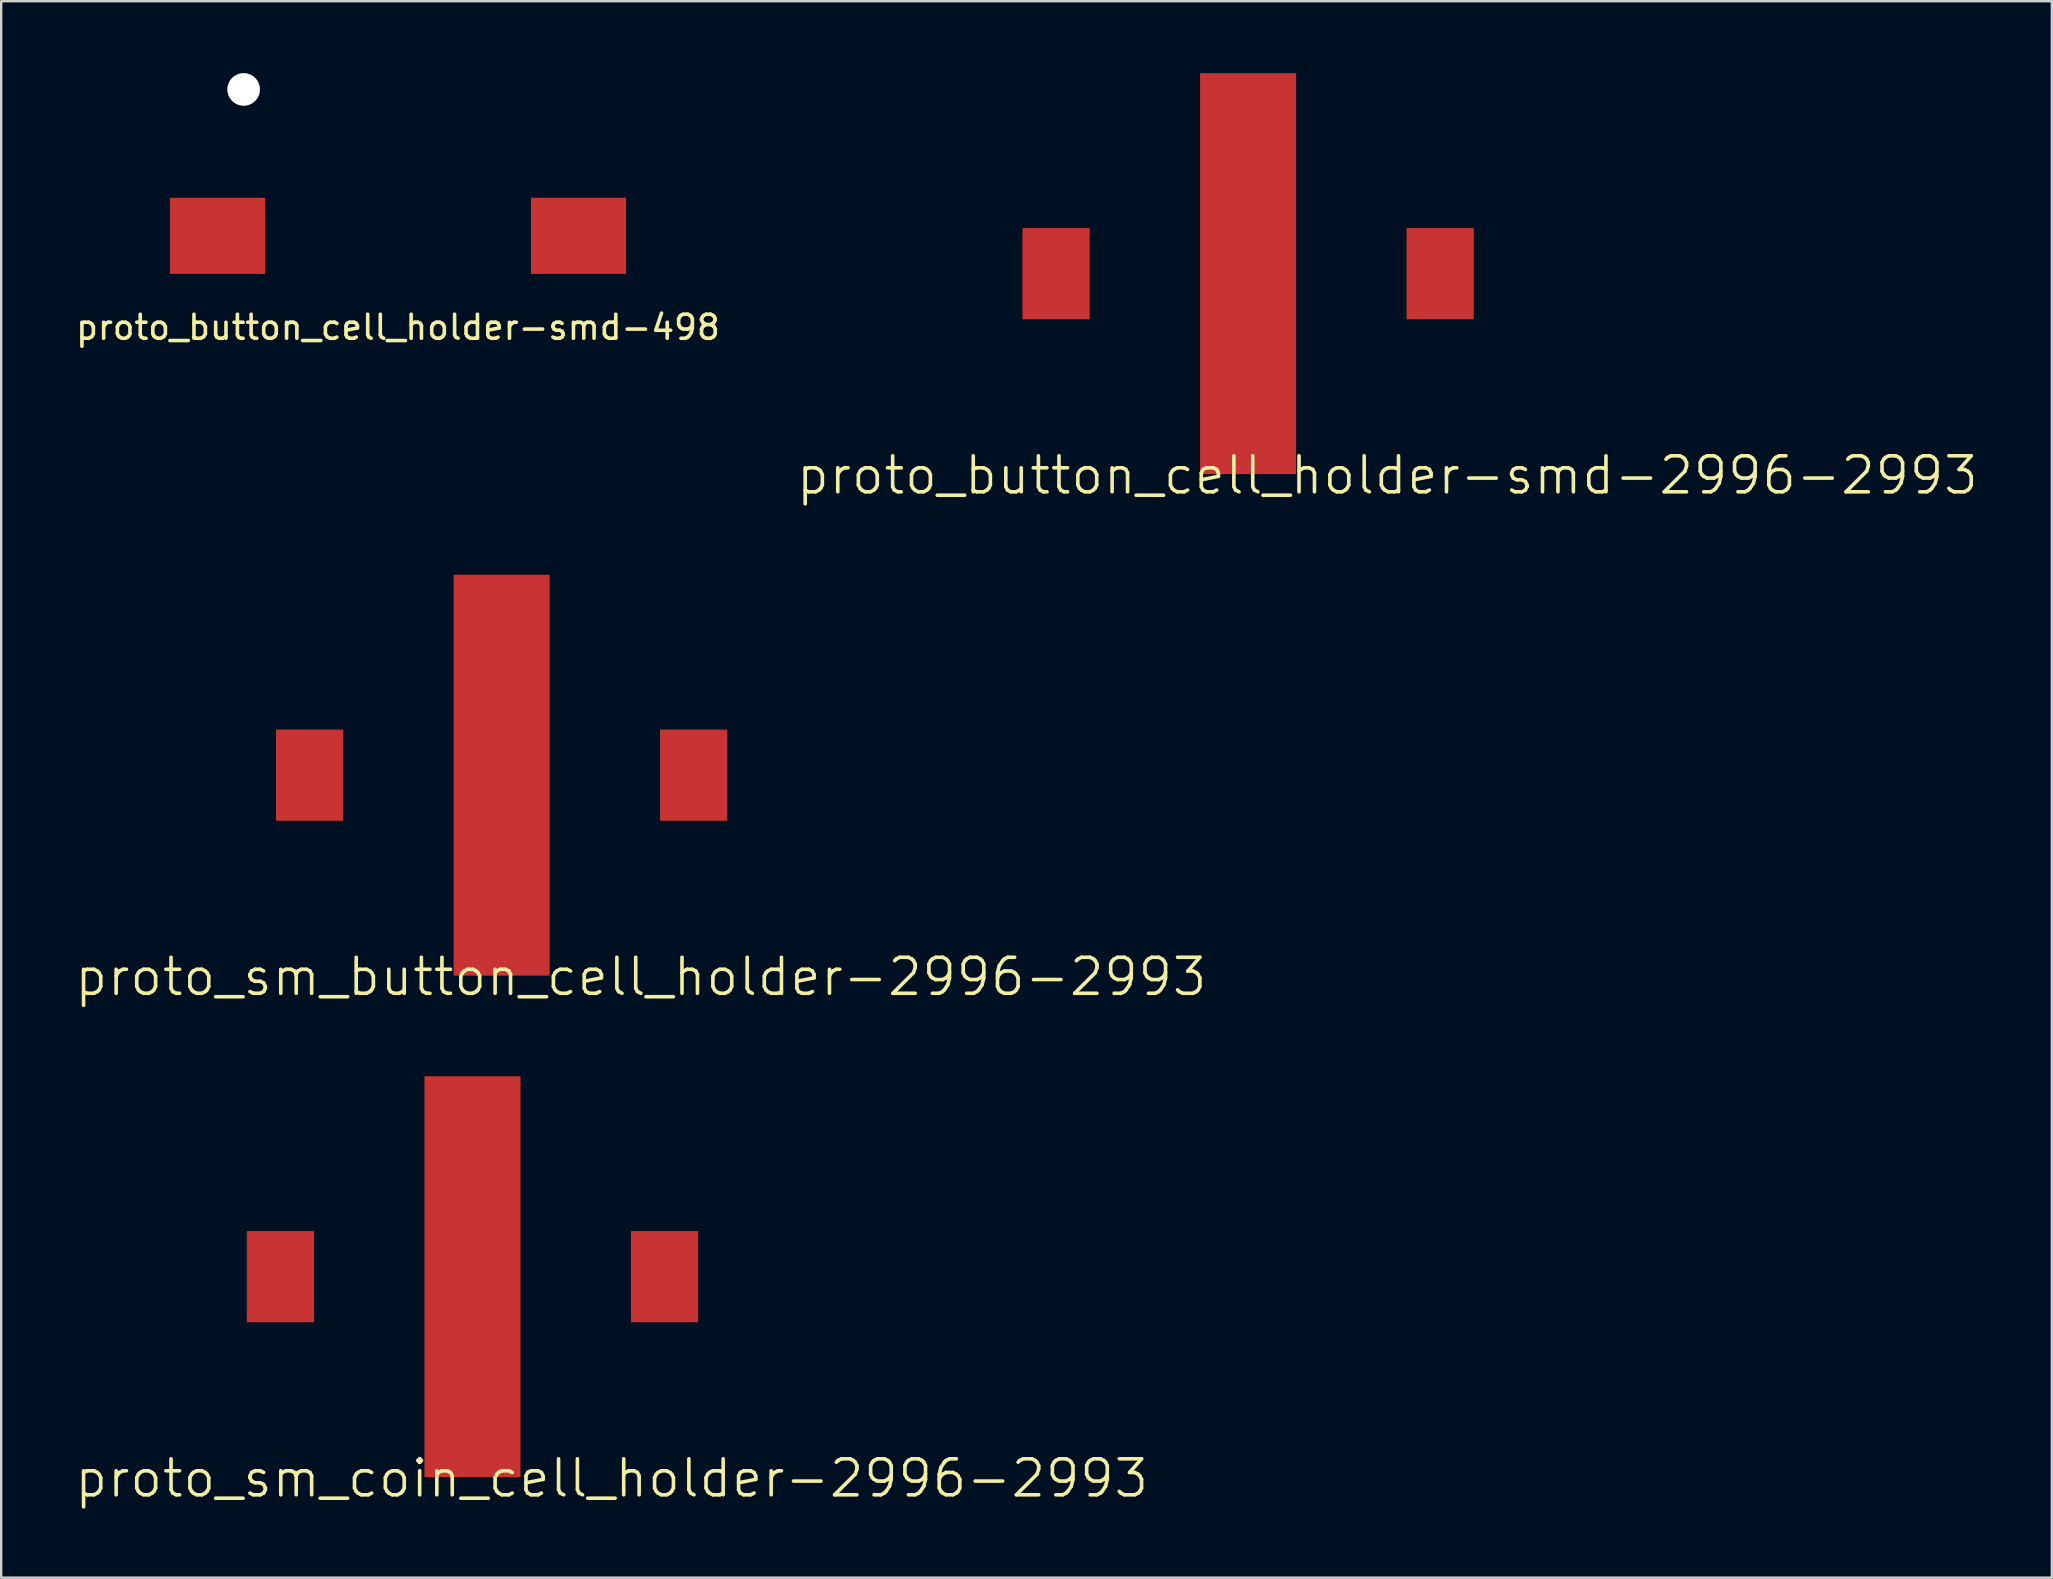
<source format=kicad_pcb>
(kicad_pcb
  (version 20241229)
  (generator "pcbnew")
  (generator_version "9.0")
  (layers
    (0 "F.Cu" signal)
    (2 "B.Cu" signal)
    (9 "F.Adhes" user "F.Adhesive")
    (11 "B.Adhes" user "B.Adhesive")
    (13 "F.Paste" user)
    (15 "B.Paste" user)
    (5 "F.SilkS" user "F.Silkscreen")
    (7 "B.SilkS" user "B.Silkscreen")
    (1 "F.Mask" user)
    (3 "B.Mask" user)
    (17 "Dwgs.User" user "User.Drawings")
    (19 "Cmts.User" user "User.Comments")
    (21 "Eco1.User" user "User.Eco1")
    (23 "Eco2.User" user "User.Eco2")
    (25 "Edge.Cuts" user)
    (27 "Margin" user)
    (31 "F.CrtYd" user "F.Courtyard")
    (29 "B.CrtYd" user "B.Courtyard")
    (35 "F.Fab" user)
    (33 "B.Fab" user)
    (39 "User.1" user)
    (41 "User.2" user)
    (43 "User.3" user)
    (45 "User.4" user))
  (footprint "proto_sm_coin_cell_holder-2996-2993"
    (layer "F.Cu")
    (at 16.632 50.132)
    (property "Reference" "proto_sm_coin_cell_holder-2996-2993" (at 5.8 8.4 0) (layer "F.SilkS") (effects (font (size 1.5 1.5) (thickness 0.15))))
    (attr through_hole)
    (fp_line (start -8.91 -1.59) (end -8.91 1.6) (stroke (width 0.15) (type solid)) (layer "Eco1.User"))
    (fp_line (start -8.91 1.6) (end -6.61 1.6) (stroke (width 0.15) (type solid)) (layer "Eco1.User"))
    (fp_line (start -6.61 -5.4) (end -6.61 -1.59) (stroke (width 0.15) (type solid)) (layer "Eco1.User"))
    (fp_line (start -6.61 -1.59) (end -8.91 -1.59) (stroke (width 0.15) (type solid)) (layer "Eco1.User"))
    (fp_line (start -6.61 1.6) (end -6.61 3.79) (stroke (width 0.15) (type solid)) (layer "Eco1.User"))
    (fp_line (start -6.61 3.79) (end -3.56 6.71) (stroke (width 0.15) (type solid)) (layer "Eco1.User"))
    (fp_line (start -4.58 -7.97) (end 0.01 -7.94) (stroke (width 0.1) (type solid)) (layer "Eco1.User"))
    (fp_line (start -4.58 6.14) (end -4.58 -7.97) (stroke (width 0.1) (type solid)) (layer "Eco1.User"))
    (fp_line (start -3.56 6.71) (end 0.01 6.71) (stroke (width 0.15) (type solid)) (layer "Eco1.User"))
    (fp_line (start -1.42 6.14) (end -4.58 6.14) (stroke (width 0.1) (type solid)) (layer "Eco1.User"))
    (fp_line (start -1.42 7.95) (end -1.42 6.14) (stroke (width 0.1) (type solid)) (layer "Eco1.User"))
    (fp_line (start 0 -7.95) (end 4.55 -7.94) (stroke (width 0.1) (type solid)) (layer "Eco1.User"))
    (fp_line (start 0.01 -7.94) (end 0 -7.94) (stroke (width 0.1) (type solid)) (layer "Eco1.User"))
    (fp_line (start 0.01 6.71) (end 3.55 6.71) (stroke (width 0.15) (type solid)) (layer "Eco1.User"))
    (fp_line (start 1.39 6.16) (end 1.39 7.95) (stroke (width 0.1) (type solid)) (layer "Eco1.User"))
    (fp_line (start 1.39 7.95) (end -1.42 7.95) (stroke (width 0.1) (type solid)) (layer "Eco1.User"))
    (fp_line (start 3.55 6.71) (end 6.6 3.79) (stroke (width 0.15) (type solid)) (layer "Eco1.User"))
    (fp_line (start 4.55 -7.94) (end 4.55 6.16) (stroke (width 0.1) (type solid)) (layer "Eco1.User"))
    (fp_line (start 4.55 6.16) (end 1.39 6.16) (stroke (width 0.1) (type solid)) (layer "Eco1.User"))
    (fp_line (start 6.6 -5.4) (end -6.61 -5.4) (stroke (width 0.15) (type solid)) (layer "Eco1.User"))
    (fp_line (start 6.6 -1.59) (end 6.6 -5.4) (stroke (width 0.15) (type solid)) (layer "Eco1.User"))
    (fp_line (start 6.6 1.6) (end 8.9 1.6) (stroke (width 0.15) (type solid)) (layer "Eco1.User"))
    (fp_line (start 6.6 3.79) (end 6.6 1.6) (stroke (width 0.15) (type solid)) (layer "Eco1.User"))
    (fp_line (start 8.9 -1.59) (end 6.6 -1.59) (stroke (width 0.15) (type solid)) (layer "Eco1.User"))
    (fp_line (start 8.9 1.6) (end 8.9 -1.59) (stroke (width 0.15) (type solid)) (layer "Eco1.User"))
    (pad "1" smd rect (at -8 0) (size 2.8 3.8) (layers "F.Cu" "F.Mask" "F.Paste"))
    (pad "2" smd rect (at 8 0) (size 2.8 3.8) (layers "F.Cu" "F.Mask" "F.Paste"))
    (pad "3" smd rect (at 0 0) (size 4 16.7) (layers "F.Cu" "F.Mask" "F.Paste")))
  (footprint "proto_button_cell_holder-smd-2996-2993"
    (layer "F.Cu")
    (at 48.942 8.35)
    (property "Reference" "proto_button_cell_holder-smd-2996-2993" (at 5.8 8.4 0) (layer "F.SilkS") (effects (font (size 1.5 1.5) (thickness 0.15))))
    (attr through_hole)
    (fp_line (start -8.91 -1.59) (end -8.91 1.6) (stroke (width 0.15) (type solid)) (layer "Eco1.User"))
    (fp_line (start -8.91 1.6) (end -6.61 1.6) (stroke (width 0.15) (type solid)) (layer "Eco1.User"))
    (fp_line (start -6.61 -5.4) (end -6.61 -1.59) (stroke (width 0.15) (type solid)) (layer "Eco1.User"))
    (fp_line (start -6.61 -1.59) (end -8.91 -1.59) (stroke (width 0.15) (type solid)) (layer "Eco1.User"))
    (fp_line (start -6.61 1.6) (end -6.61 3.79) (stroke (width 0.15) (type solid)) (layer "Eco1.User"))
    (fp_line (start -6.61 3.79) (end -3.56 6.71) (stroke (width 0.15) (type solid)) (layer "Eco1.User"))
    (fp_line (start -4.58 -7.97) (end 0.01 -7.94) (stroke (width 0.1) (type solid)) (layer "Eco1.User"))
    (fp_line (start -4.58 6.14) (end -4.58 -7.97) (stroke (width 0.1) (type solid)) (layer "Eco1.User"))
    (fp_line (start -3.56 6.71) (end 0.01 6.71) (stroke (width 0.15) (type solid)) (layer "Eco1.User"))
    (fp_line (start -1.42 6.14) (end -4.58 6.14) (stroke (width 0.1) (type solid)) (layer "Eco1.User"))
    (fp_line (start -1.42 7.95) (end -1.42 6.14) (stroke (width 0.1) (type solid)) (layer "Eco1.User"))
    (fp_line (start 0 -7.95) (end 4.55 -7.94) (stroke (width 0.1) (type solid)) (layer "Eco1.User"))
    (fp_line (start 0.01 -7.94) (end 0 -7.94) (stroke (width 0.1) (type solid)) (layer "Eco1.User"))
    (fp_line (start 0.01 6.71) (end 3.55 6.71) (stroke (width 0.15) (type solid)) (layer "Eco1.User"))
    (fp_line (start 1.39 6.16) (end 1.39 7.95) (stroke (width 0.1) (type solid)) (layer "Eco1.User"))
    (fp_line (start 1.39 7.95) (end -1.42 7.95) (stroke (width 0.1) (type solid)) (layer "Eco1.User"))
    (fp_line (start 3.55 6.71) (end 6.6 3.79) (stroke (width 0.15) (type solid)) (layer "Eco1.User"))
    (fp_line (start 4.55 -7.94) (end 4.55 6.16) (stroke (width 0.1) (type solid)) (layer "Eco1.User"))
    (fp_line (start 4.55 6.16) (end 1.39 6.16) (stroke (width 0.1) (type solid)) (layer "Eco1.User"))
    (fp_line (start 6.6 -5.4) (end -6.61 -5.4) (stroke (width 0.15) (type solid)) (layer "Eco1.User"))
    (fp_line (start 6.6 -1.59) (end 6.6 -5.4) (stroke (width 0.15) (type solid)) (layer "Eco1.User"))
    (fp_line (start 6.6 1.6) (end 8.9 1.6) (stroke (width 0.15) (type solid)) (layer "Eco1.User"))
    (fp_line (start 6.6 3.79) (end 6.6 1.6) (stroke (width 0.15) (type solid)) (layer "Eco1.User"))
    (fp_line (start 8.9 -1.59) (end 6.6 -1.59) (stroke (width 0.15) (type solid)) (layer "Eco1.User"))
    (fp_line (start 8.9 1.6) (end 8.9 -1.59) (stroke (width 0.15) (type solid)) (layer "Eco1.User"))
    (pad "1" smd rect (at -8 0) (size 2.8 3.8) (layers "F.Cu" "F.Mask" "F.Paste"))
    (pad "2" smd rect (at 8 0) (size 2.8 3.8) (layers "F.Cu" "F.Mask" "F.Paste"))
    (pad "3" smd rect (at 0 0) (size 4 16.7) (layers "F.Cu" "F.Mask" "F.Paste")))
  (footprint "proto_button_cell_holder-smd-498"
    (layer "F.Cu")
    (at 13.53 6.775)
    (property "Reference" "proto_button_cell_holder-smd-498" (at 0 3.81 0) (layer "F.SilkS") (effects (font (size 1 1) (thickness 0.15))))
    (attr through_hole)
    (pad "" thru_hole circle (at -6.43 -6.1) (size 1.35 1.35) (drill 1.35) (layers "*.Cu" "*.Mask"))
    (pad "1" smd rect (at -7.52 0) (size 3.96 3.17) (layers "F.Cu" "F.Mask" "F.Paste"))
    (pad "2" smd rect (at 7.52 0) (size 3.96 3.17) (layers "F.Cu" "F.Mask" "F.Paste")))
  (footprint "proto_sm_button_cell_holder-2996-2993"
    (layer "F.Cu")
    (at 17.846 29.241)
    (property "Reference" "proto_sm_button_cell_holder-2996-2993" (at 5.8 8.4 0) (layer "F.SilkS") (effects (font (size 1.5 1.5) (thickness 0.15))))
    (attr through_hole)
    (fp_line (start -8.91 -1.59) (end -8.91 1.6) (stroke (width 0.15) (type solid)) (layer "Eco1.User"))
    (fp_line (start -8.91 1.6) (end -6.61 1.6) (stroke (width 0.15) (type solid)) (layer "Eco1.User"))
    (fp_line (start -6.61 -5.4) (end -6.61 -1.59) (stroke (width 0.15) (type solid)) (layer "Eco1.User"))
    (fp_line (start -6.61 -1.59) (end -8.91 -1.59) (stroke (width 0.15) (type solid)) (layer "Eco1.User"))
    (fp_line (start -6.61 1.6) (end -6.61 3.79) (stroke (width 0.15) (type solid)) (layer "Eco1.User"))
    (fp_line (start -6.61 3.79) (end -3.56 6.71) (stroke (width 0.15) (type solid)) (layer "Eco1.User"))
    (fp_line (start -4.58 -7.97) (end 0.01 -7.94) (stroke (width 0.1) (type solid)) (layer "Eco1.User"))
    (fp_line (start -4.58 6.14) (end -4.58 -7.97) (stroke (width 0.1) (type solid)) (layer "Eco1.User"))
    (fp_line (start -3.56 6.71) (end 0.01 6.71) (stroke (width 0.15) (type solid)) (layer "Eco1.User"))
    (fp_line (start -1.42 6.14) (end -4.58 6.14) (stroke (width 0.1) (type solid)) (layer "Eco1.User"))
    (fp_line (start -1.42 7.95) (end -1.42 6.14) (stroke (width 0.1) (type solid)) (layer "Eco1.User"))
    (fp_line (start 0 -7.95) (end 4.55 -7.94) (stroke (width 0.1) (type solid)) (layer "Eco1.User"))
    (fp_line (start 0.01 -7.94) (end 0 -7.94) (stroke (width 0.1) (type solid)) (layer "Eco1.User"))
    (fp_line (start 0.01 6.71) (end 3.55 6.71) (stroke (width 0.15) (type solid)) (layer "Eco1.User"))
    (fp_line (start 1.39 6.16) (end 1.39 7.95) (stroke (width 0.1) (type solid)) (layer "Eco1.User"))
    (fp_line (start 1.39 7.95) (end -1.42 7.95) (stroke (width 0.1) (type solid)) (layer "Eco1.User"))
    (fp_line (start 3.55 6.71) (end 6.6 3.79) (stroke (width 0.15) (type solid)) (layer "Eco1.User"))
    (fp_line (start 4.55 -7.94) (end 4.55 6.16) (stroke (width 0.1) (type solid)) (layer "Eco1.User"))
    (fp_line (start 4.55 6.16) (end 1.39 6.16) (stroke (width 0.1) (type solid)) (layer "Eco1.User"))
    (fp_line (start 6.6 -5.4) (end -6.61 -5.4) (stroke (width 0.15) (type solid)) (layer "Eco1.User"))
    (fp_line (start 6.6 -1.59) (end 6.6 -5.4) (stroke (width 0.15) (type solid)) (layer "Eco1.User"))
    (fp_line (start 6.6 1.6) (end 8.9 1.6) (stroke (width 0.15) (type solid)) (layer "Eco1.User"))
    (fp_line (start 6.6 3.79) (end 6.6 1.6) (stroke (width 0.15) (type solid)) (layer "Eco1.User"))
    (fp_line (start 8.9 -1.59) (end 6.6 -1.59) (stroke (width 0.15) (type solid)) (layer "Eco1.User"))
    (fp_line (start 8.9 1.6) (end 8.9 -1.59) (stroke (width 0.15) (type solid)) (layer "Eco1.User"))
    (pad "1" smd rect (at -8 0) (size 2.8 3.8) (layers "F.Cu" "F.Mask" "F.Paste"))
    (pad "2" smd rect (at 8 0) (size 2.8 3.8) (layers "F.Cu" "F.Mask" "F.Paste"))
    (pad "3" smd rect (at 0 0) (size 4 16.7) (layers "F.Cu" "F.Mask" "F.Paste")))
  (gr_rect
    (start -3 -3)
    (end 82.424 62.672)
    (stroke (width 0.1) (type default))
    (fill no)
    (layer "Edge.Cuts")))
</source>
